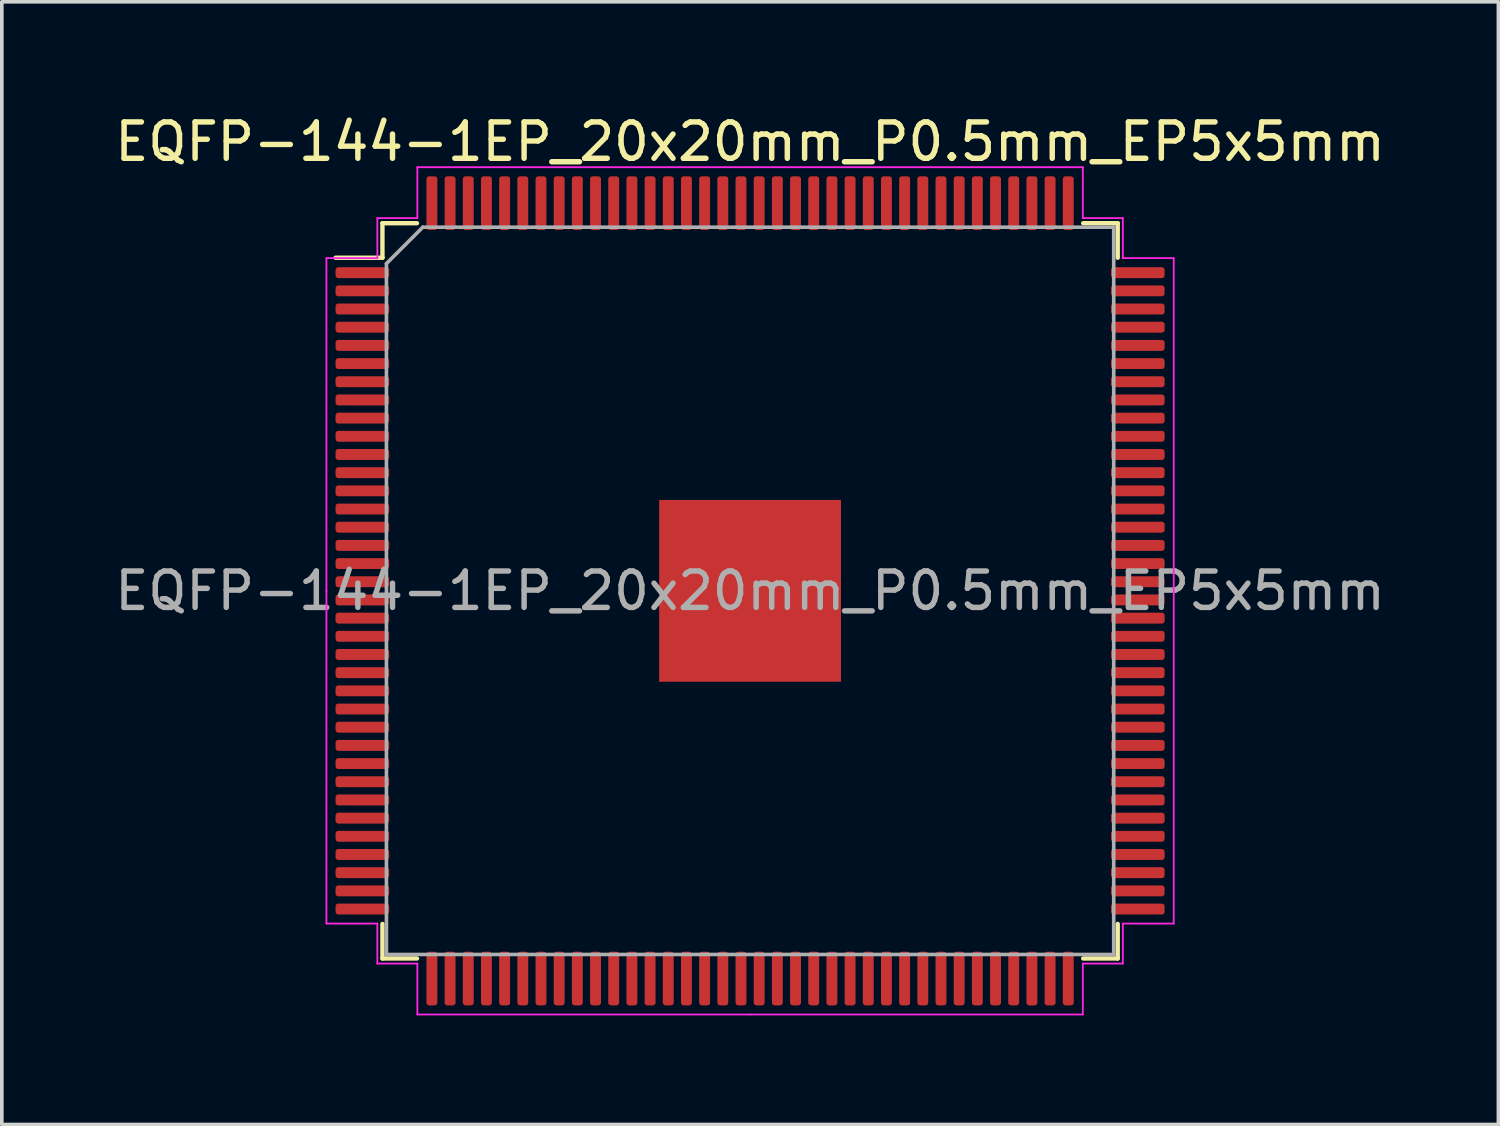
<source format=kicad_pcb>
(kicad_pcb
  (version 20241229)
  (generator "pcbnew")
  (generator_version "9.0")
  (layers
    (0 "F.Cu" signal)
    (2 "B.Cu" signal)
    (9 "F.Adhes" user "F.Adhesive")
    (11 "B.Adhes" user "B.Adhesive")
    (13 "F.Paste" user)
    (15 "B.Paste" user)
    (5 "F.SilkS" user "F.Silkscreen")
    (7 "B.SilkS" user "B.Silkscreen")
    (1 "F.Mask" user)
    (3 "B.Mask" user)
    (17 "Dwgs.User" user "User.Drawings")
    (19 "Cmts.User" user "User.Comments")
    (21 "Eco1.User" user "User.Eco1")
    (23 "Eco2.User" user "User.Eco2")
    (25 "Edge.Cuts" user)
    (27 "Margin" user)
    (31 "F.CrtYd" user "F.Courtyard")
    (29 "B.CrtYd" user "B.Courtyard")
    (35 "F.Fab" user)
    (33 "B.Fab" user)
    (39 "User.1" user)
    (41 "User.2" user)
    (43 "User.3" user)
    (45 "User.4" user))
  (footprint "EQFP-144-1EP_20x20mm_P0.5mm_EP5x5mm"
    (layer "F.Cu")
    (at 17.577 13.198)
    (property "Reference" "EQFP-144-1EP_20x20mm_P0.5mm_EP5x5mm" (at 0 -12.35 0) (layer "F.SilkS") (effects (font (size 1 1) (thickness 0.15))))
    (attr smd)
    (fp_line (start -10.11 -10.11) (end -10.11 -9.16) (stroke (width 0.12) (type solid)) (layer "F.SilkS"))
    (fp_line (start -10.11 -9.16) (end -11.4 -9.16) (stroke (width 0.12) (type solid)) (layer "F.SilkS"))
    (fp_line (start -10.11 10.11) (end -10.11 9.16) (stroke (width 0.12) (type solid)) (layer "F.SilkS"))
    (fp_line (start -9.16 -10.11) (end -10.11 -10.11) (stroke (width 0.12) (type solid)) (layer "F.SilkS"))
    (fp_line (start -9.16 10.11) (end -10.11 10.11) (stroke (width 0.12) (type solid)) (layer "F.SilkS"))
    (fp_line (start 9.16 -10.11) (end 10.11 -10.11) (stroke (width 0.12) (type solid)) (layer "F.SilkS"))
    (fp_line (start 9.16 10.11) (end 10.11 10.11) (stroke (width 0.12) (type solid)) (layer "F.SilkS"))
    (fp_line (start 10.11 -10.11) (end 10.11 -9.16) (stroke (width 0.12) (type solid)) (layer "F.SilkS"))
    (fp_line (start 10.11 10.11) (end 10.11 9.16) (stroke (width 0.12) (type solid)) (layer "F.SilkS"))
    (fp_line (start -11.65 -9.15) (end -11.65 0) (stroke (width 0.05) (type solid)) (layer "F.CrtYd"))
    (fp_line (start -11.65 9.15) (end -11.65 0) (stroke (width 0.05) (type solid)) (layer "F.CrtYd"))
    (fp_line (start -10.25 -10.25) (end -10.25 -9.15) (stroke (width 0.05) (type solid)) (layer "F.CrtYd"))
    (fp_line (start -10.25 -9.15) (end -11.65 -9.15) (stroke (width 0.05) (type solid)) (layer "F.CrtYd"))
    (fp_line (start -10.25 9.15) (end -11.65 9.15) (stroke (width 0.05) (type solid)) (layer "F.CrtYd"))
    (fp_line (start -10.25 10.25) (end -10.25 9.15) (stroke (width 0.05) (type solid)) (layer "F.CrtYd"))
    (fp_line (start -9.15 -11.65) (end -9.15 -10.25) (stroke (width 0.05) (type solid)) (layer "F.CrtYd"))
    (fp_line (start -9.15 -10.25) (end -10.25 -10.25) (stroke (width 0.05) (type solid)) (layer "F.CrtYd"))
    (fp_line (start -9.15 10.25) (end -10.25 10.25) (stroke (width 0.05) (type solid)) (layer "F.CrtYd"))
    (fp_line (start -9.15 11.65) (end -9.15 10.25) (stroke (width 0.05) (type solid)) (layer "F.CrtYd"))
    (fp_line (start 0 -11.65) (end -9.15 -11.65) (stroke (width 0.05) (type solid)) (layer "F.CrtYd"))
    (fp_line (start 0 -11.65) (end 9.15 -11.65) (stroke (width 0.05) (type solid)) (layer "F.CrtYd"))
    (fp_line (start 0 11.65) (end -9.15 11.65) (stroke (width 0.05) (type solid)) (layer "F.CrtYd"))
    (fp_line (start 0 11.65) (end 9.15 11.65) (stroke (width 0.05) (type solid)) (layer "F.CrtYd"))
    (fp_line (start 9.15 -11.65) (end 9.15 -10.25) (stroke (width 0.05) (type solid)) (layer "F.CrtYd"))
    (fp_line (start 9.15 -10.25) (end 10.25 -10.25) (stroke (width 0.05) (type solid)) (layer "F.CrtYd"))
    (fp_line (start 9.15 10.25) (end 10.25 10.25) (stroke (width 0.05) (type solid)) (layer "F.CrtYd"))
    (fp_line (start 9.15 11.65) (end 9.15 10.25) (stroke (width 0.05) (type solid)) (layer "F.CrtYd"))
    (fp_line (start 10.25 -10.25) (end 10.25 -9.15) (stroke (width 0.05) (type solid)) (layer "F.CrtYd"))
    (fp_line (start 10.25 -9.15) (end 11.65 -9.15) (stroke (width 0.05) (type solid)) (layer "F.CrtYd"))
    (fp_line (start 10.25 9.15) (end 11.65 9.15) (stroke (width 0.05) (type solid)) (layer "F.CrtYd"))
    (fp_line (start 10.25 10.25) (end 10.25 9.15) (stroke (width 0.05) (type solid)) (layer "F.CrtYd"))
    (fp_line (start 11.65 -9.15) (end 11.65 0) (stroke (width 0.05) (type solid)) (layer "F.CrtYd"))
    (fp_line (start 11.65 9.15) (end 11.65 0) (stroke (width 0.05) (type solid)) (layer "F.CrtYd"))
    (fp_line (start -10 -9) (end -9 -10) (stroke (width 0.1) (type solid)) (layer "F.Fab"))
    (fp_line (start -10 10) (end -10 -9) (stroke (width 0.1) (type solid)) (layer "F.Fab"))
    (fp_line (start -9 -10) (end 10 -10) (stroke (width 0.1) (type solid)) (layer "F.Fab"))
    (fp_line (start 10 -10) (end 10 10) (stroke (width 0.1) (type solid)) (layer "F.Fab"))
    (fp_line (start 10 10) (end -10 10) (stroke (width 0.1) (type solid)) (layer "F.Fab"))
    (fp_text user "${REFERENCE}" (at 0 0 0) (layer "F.Fab") (effects (font (size 1 1) (thickness 0.15))))
    (pad "" smd roundrect (at -1.875 -1.875) (size 1.01 1.01) (layers "F.Paste") (roundrect_rratio 0.248))
    (pad "" smd roundrect (at -1.875 -0.625) (size 1.01 1.01) (layers "F.Paste") (roundrect_rratio 0.248))
    (pad "" smd roundrect (at -1.875 0.625) (size 1.01 1.01) (layers "F.Paste") (roundrect_rratio 0.248))
    (pad "" smd roundrect (at -1.875 1.875) (size 1.01 1.01) (layers "F.Paste") (roundrect_rratio 0.248))
    (pad "" smd roundrect (at -0.625 -1.875) (size 1.01 1.01) (layers "F.Paste") (roundrect_rratio 0.248))
    (pad "" smd roundrect (at -0.625 -0.625) (size 1.01 1.01) (layers "F.Paste") (roundrect_rratio 0.248))
    (pad "" smd roundrect (at -0.625 0.625) (size 1.01 1.01) (layers "F.Paste") (roundrect_rratio 0.248))
    (pad "" smd roundrect (at -0.625 1.875) (size 1.01 1.01) (layers "F.Paste") (roundrect_rratio 0.248))
    (pad "" smd roundrect (at 0.625 -1.875) (size 1.01 1.01) (layers "F.Paste") (roundrect_rratio 0.248))
    (pad "" smd roundrect (at 0.625 -0.625) (size 1.01 1.01) (layers "F.Paste") (roundrect_rratio 0.248))
    (pad "" smd roundrect (at 0.625 0.625) (size 1.01 1.01) (layers "F.Paste") (roundrect_rratio 0.248))
    (pad "" smd roundrect (at 0.625 1.875) (size 1.01 1.01) (layers "F.Paste") (roundrect_rratio 0.248))
    (pad "" smd roundrect (at 1.875 -1.875) (size 1.01 1.01) (layers "F.Paste") (roundrect_rratio 0.248))
    (pad "" smd roundrect (at 1.875 -0.625) (size 1.01 1.01) (layers "F.Paste") (roundrect_rratio 0.248))
    (pad "" smd roundrect (at 1.875 0.625) (size 1.01 1.01) (layers "F.Paste") (roundrect_rratio 0.248))
    (pad "" smd roundrect (at 1.875 1.875) (size 1.01 1.01) (layers "F.Paste") (roundrect_rratio 0.248))
    (pad "1" smd roundrect (at -10.662 -8.75) (size 1.475 0.3) (layers "F.Cu" "F.Mask" "F.Paste") (roundrect_rratio 0.25))
    (pad "2" smd roundrect (at -10.662 -8.25) (size 1.475 0.3) (layers "F.Cu" "F.Mask" "F.Paste") (roundrect_rratio 0.25))
    (pad "3" smd roundrect (at -10.662 -7.75) (size 1.475 0.3) (layers "F.Cu" "F.Mask" "F.Paste") (roundrect_rratio 0.25))
    (pad "4" smd roundrect (at -10.662 -7.25) (size 1.475 0.3) (layers "F.Cu" "F.Mask" "F.Paste") (roundrect_rratio 0.25))
    (pad "5" smd roundrect (at -10.662 -6.75) (size 1.475 0.3) (layers "F.Cu" "F.Mask" "F.Paste") (roundrect_rratio 0.25))
    (pad "6" smd roundrect (at -10.662 -6.25) (size 1.475 0.3) (layers "F.Cu" "F.Mask" "F.Paste") (roundrect_rratio 0.25))
    (pad "7" smd roundrect (at -10.662 -5.75) (size 1.475 0.3) (layers "F.Cu" "F.Mask" "F.Paste") (roundrect_rratio 0.25))
    (pad "8" smd roundrect (at -10.662 -5.25) (size 1.475 0.3) (layers "F.Cu" "F.Mask" "F.Paste") (roundrect_rratio 0.25))
    (pad "9" smd roundrect (at -10.662 -4.75) (size 1.475 0.3) (layers "F.Cu" "F.Mask" "F.Paste") (roundrect_rratio 0.25))
    (pad "10" smd roundrect (at -10.662 -4.25) (size 1.475 0.3) (layers "F.Cu" "F.Mask" "F.Paste") (roundrect_rratio 0.25))
    (pad "11" smd roundrect (at -10.662 -3.75) (size 1.475 0.3) (layers "F.Cu" "F.Mask" "F.Paste") (roundrect_rratio 0.25))
    (pad "12" smd roundrect (at -10.662 -3.25) (size 1.475 0.3) (layers "F.Cu" "F.Mask" "F.Paste") (roundrect_rratio 0.25))
    (pad "13" smd roundrect (at -10.662 -2.75) (size 1.475 0.3) (layers "F.Cu" "F.Mask" "F.Paste") (roundrect_rratio 0.25))
    (pad "14" smd roundrect (at -10.662 -2.25) (size 1.475 0.3) (layers "F.Cu" "F.Mask" "F.Paste") (roundrect_rratio 0.25))
    (pad "15" smd roundrect (at -10.662 -1.75) (size 1.475 0.3) (layers "F.Cu" "F.Mask" "F.Paste") (roundrect_rratio 0.25))
    (pad "16" smd roundrect (at -10.662 -1.25) (size 1.475 0.3) (layers "F.Cu" "F.Mask" "F.Paste") (roundrect_rratio 0.25))
    (pad "17" smd roundrect (at -10.662 -0.75) (size 1.475 0.3) (layers "F.Cu" "F.Mask" "F.Paste") (roundrect_rratio 0.25))
    (pad "18" smd roundrect (at -10.662 -0.25) (size 1.475 0.3) (layers "F.Cu" "F.Mask" "F.Paste") (roundrect_rratio 0.25))
    (pad "19" smd roundrect (at -10.662 0.25) (size 1.475 0.3) (layers "F.Cu" "F.Mask" "F.Paste") (roundrect_rratio 0.25))
    (pad "20" smd roundrect (at -10.662 0.75) (size 1.475 0.3) (layers "F.Cu" "F.Mask" "F.Paste") (roundrect_rratio 0.25))
    (pad "21" smd roundrect (at -10.662 1.25) (size 1.475 0.3) (layers "F.Cu" "F.Mask" "F.Paste") (roundrect_rratio 0.25))
    (pad "22" smd roundrect (at -10.662 1.75) (size 1.475 0.3) (layers "F.Cu" "F.Mask" "F.Paste") (roundrect_rratio 0.25))
    (pad "23" smd roundrect (at -10.662 2.25) (size 1.475 0.3) (layers "F.Cu" "F.Mask" "F.Paste") (roundrect_rratio 0.25))
    (pad "24" smd roundrect (at -10.662 2.75) (size 1.475 0.3) (layers "F.Cu" "F.Mask" "F.Paste") (roundrect_rratio 0.25))
    (pad "25" smd roundrect (at -10.662 3.25) (size 1.475 0.3) (layers "F.Cu" "F.Mask" "F.Paste") (roundrect_rratio 0.25))
    (pad "26" smd roundrect (at -10.662 3.75) (size 1.475 0.3) (layers "F.Cu" "F.Mask" "F.Paste") (roundrect_rratio 0.25))
    (pad "27" smd roundrect (at -10.662 4.25) (size 1.475 0.3) (layers "F.Cu" "F.Mask" "F.Paste") (roundrect_rratio 0.25))
    (pad "28" smd roundrect (at -10.662 4.75) (size 1.475 0.3) (layers "F.Cu" "F.Mask" "F.Paste") (roundrect_rratio 0.25))
    (pad "29" smd roundrect (at -10.662 5.25) (size 1.475 0.3) (layers "F.Cu" "F.Mask" "F.Paste") (roundrect_rratio 0.25))
    (pad "30" smd roundrect (at -10.662 5.75) (size 1.475 0.3) (layers "F.Cu" "F.Mask" "F.Paste") (roundrect_rratio 0.25))
    (pad "31" smd roundrect (at -10.662 6.25) (size 1.475 0.3) (layers "F.Cu" "F.Mask" "F.Paste") (roundrect_rratio 0.25))
    (pad "32" smd roundrect (at -10.662 6.75) (size 1.475 0.3) (layers "F.Cu" "F.Mask" "F.Paste") (roundrect_rratio 0.25))
    (pad "33" smd roundrect (at -10.662 7.25) (size 1.475 0.3) (layers "F.Cu" "F.Mask" "F.Paste") (roundrect_rratio 0.25))
    (pad "34" smd roundrect (at -10.662 7.75) (size 1.475 0.3) (layers "F.Cu" "F.Mask" "F.Paste") (roundrect_rratio 0.25))
    (pad "35" smd roundrect (at -10.662 8.25) (size 1.475 0.3) (layers "F.Cu" "F.Mask" "F.Paste") (roundrect_rratio 0.25))
    (pad "36" smd roundrect (at -10.662 8.75) (size 1.475 0.3) (layers "F.Cu" "F.Mask" "F.Paste") (roundrect_rratio 0.25))
    (pad "37" smd roundrect (at -8.75 10.662) (size 0.3 1.475) (layers "F.Cu" "F.Mask" "F.Paste") (roundrect_rratio 0.25))
    (pad "38" smd roundrect (at -8.25 10.662) (size 0.3 1.475) (layers "F.Cu" "F.Mask" "F.Paste") (roundrect_rratio 0.25))
    (pad "39" smd roundrect (at -7.75 10.662) (size 0.3 1.475) (layers "F.Cu" "F.Mask" "F.Paste") (roundrect_rratio 0.25))
    (pad "40" smd roundrect (at -7.25 10.662) (size 0.3 1.475) (layers "F.Cu" "F.Mask" "F.Paste") (roundrect_rratio 0.25))
    (pad "41" smd roundrect (at -6.75 10.662) (size 0.3 1.475) (layers "F.Cu" "F.Mask" "F.Paste") (roundrect_rratio 0.25))
    (pad "42" smd roundrect (at -6.25 10.662) (size 0.3 1.475) (layers "F.Cu" "F.Mask" "F.Paste") (roundrect_rratio 0.25))
    (pad "43" smd roundrect (at -5.75 10.662) (size 0.3 1.475) (layers "F.Cu" "F.Mask" "F.Paste") (roundrect_rratio 0.25))
    (pad "44" smd roundrect (at -5.25 10.662) (size 0.3 1.475) (layers "F.Cu" "F.Mask" "F.Paste") (roundrect_rratio 0.25))
    (pad "45" smd roundrect (at -4.75 10.662) (size 0.3 1.475) (layers "F.Cu" "F.Mask" "F.Paste") (roundrect_rratio 0.25))
    (pad "46" smd roundrect (at -4.25 10.662) (size 0.3 1.475) (layers "F.Cu" "F.Mask" "F.Paste") (roundrect_rratio 0.25))
    (pad "47" smd roundrect (at -3.75 10.662) (size 0.3 1.475) (layers "F.Cu" "F.Mask" "F.Paste") (roundrect_rratio 0.25))
    (pad "48" smd roundrect (at -3.25 10.662) (size 0.3 1.475) (layers "F.Cu" "F.Mask" "F.Paste") (roundrect_rratio 0.25))
    (pad "49" smd roundrect (at -2.75 10.662) (size 0.3 1.475) (layers "F.Cu" "F.Mask" "F.Paste") (roundrect_rratio 0.25))
    (pad "50" smd roundrect (at -2.25 10.662) (size 0.3 1.475) (layers "F.Cu" "F.Mask" "F.Paste") (roundrect_rratio 0.25))
    (pad "51" smd roundrect (at -1.75 10.662) (size 0.3 1.475) (layers "F.Cu" "F.Mask" "F.Paste") (roundrect_rratio 0.25))
    (pad "52" smd roundrect (at -1.25 10.662) (size 0.3 1.475) (layers "F.Cu" "F.Mask" "F.Paste") (roundrect_rratio 0.25))
    (pad "53" smd roundrect (at -0.75 10.662) (size 0.3 1.475) (layers "F.Cu" "F.Mask" "F.Paste") (roundrect_rratio 0.25))
    (pad "54" smd roundrect (at -0.25 10.662) (size 0.3 1.475) (layers "F.Cu" "F.Mask" "F.Paste") (roundrect_rratio 0.25))
    (pad "55" smd roundrect (at 0.25 10.662) (size 0.3 1.475) (layers "F.Cu" "F.Mask" "F.Paste") (roundrect_rratio 0.25))
    (pad "56" smd roundrect (at 0.75 10.662) (size 0.3 1.475) (layers "F.Cu" "F.Mask" "F.Paste") (roundrect_rratio 0.25))
    (pad "57" smd roundrect (at 1.25 10.662) (size 0.3 1.475) (layers "F.Cu" "F.Mask" "F.Paste") (roundrect_rratio 0.25))
    (pad "58" smd roundrect (at 1.75 10.662) (size 0.3 1.475) (layers "F.Cu" "F.Mask" "F.Paste") (roundrect_rratio 0.25))
    (pad "59" smd roundrect (at 2.25 10.662) (size 0.3 1.475) (layers "F.Cu" "F.Mask" "F.Paste") (roundrect_rratio 0.25))
    (pad "60" smd roundrect (at 2.75 10.662) (size 0.3 1.475) (layers "F.Cu" "F.Mask" "F.Paste") (roundrect_rratio 0.25))
    (pad "61" smd roundrect (at 3.25 10.662) (size 0.3 1.475) (layers "F.Cu" "F.Mask" "F.Paste") (roundrect_rratio 0.25))
    (pad "62" smd roundrect (at 3.75 10.662) (size 0.3 1.475) (layers "F.Cu" "F.Mask" "F.Paste") (roundrect_rratio 0.25))
    (pad "63" smd roundrect (at 4.25 10.662) (size 0.3 1.475) (layers "F.Cu" "F.Mask" "F.Paste") (roundrect_rratio 0.25))
    (pad "64" smd roundrect (at 4.75 10.662) (size 0.3 1.475) (layers "F.Cu" "F.Mask" "F.Paste") (roundrect_rratio 0.25))
    (pad "65" smd roundrect (at 5.25 10.662) (size 0.3 1.475) (layers "F.Cu" "F.Mask" "F.Paste") (roundrect_rratio 0.25))
    (pad "66" smd roundrect (at 5.75 10.662) (size 0.3 1.475) (layers "F.Cu" "F.Mask" "F.Paste") (roundrect_rratio 0.25))
    (pad "67" smd roundrect (at 6.25 10.662) (size 0.3 1.475) (layers "F.Cu" "F.Mask" "F.Paste") (roundrect_rratio 0.25))
    (pad "68" smd roundrect (at 6.75 10.662) (size 0.3 1.475) (layers "F.Cu" "F.Mask" "F.Paste") (roundrect_rratio 0.25))
    (pad "69" smd roundrect (at 7.25 10.662) (size 0.3 1.475) (layers "F.Cu" "F.Mask" "F.Paste") (roundrect_rratio 0.25))
    (pad "70" smd roundrect (at 7.75 10.662) (size 0.3 1.475) (layers "F.Cu" "F.Mask" "F.Paste") (roundrect_rratio 0.25))
    (pad "71" smd roundrect (at 8.25 10.662) (size 0.3 1.475) (layers "F.Cu" "F.Mask" "F.Paste") (roundrect_rratio 0.25))
    (pad "72" smd roundrect (at 8.75 10.662) (size 0.3 1.475) (layers "F.Cu" "F.Mask" "F.Paste") (roundrect_rratio 0.25))
    (pad "73" smd roundrect (at 10.662 8.75) (size 1.475 0.3) (layers "F.Cu" "F.Mask" "F.Paste") (roundrect_rratio 0.25))
    (pad "74" smd roundrect (at 10.662 8.25) (size 1.475 0.3) (layers "F.Cu" "F.Mask" "F.Paste") (roundrect_rratio 0.25))
    (pad "75" smd roundrect (at 10.662 7.75) (size 1.475 0.3) (layers "F.Cu" "F.Mask" "F.Paste") (roundrect_rratio 0.25))
    (pad "76" smd roundrect (at 10.662 7.25) (size 1.475 0.3) (layers "F.Cu" "F.Mask" "F.Paste") (roundrect_rratio 0.25))
    (pad "77" smd roundrect (at 10.662 6.75) (size 1.475 0.3) (layers "F.Cu" "F.Mask" "F.Paste") (roundrect_rratio 0.25))
    (pad "78" smd roundrect (at 10.662 6.25) (size 1.475 0.3) (layers "F.Cu" "F.Mask" "F.Paste") (roundrect_rratio 0.25))
    (pad "79" smd roundrect (at 10.662 5.75) (size 1.475 0.3) (layers "F.Cu" "F.Mask" "F.Paste") (roundrect_rratio 0.25))
    (pad "80" smd roundrect (at 10.662 5.25) (size 1.475 0.3) (layers "F.Cu" "F.Mask" "F.Paste") (roundrect_rratio 0.25))
    (pad "81" smd roundrect (at 10.662 4.75) (size 1.475 0.3) (layers "F.Cu" "F.Mask" "F.Paste") (roundrect_rratio 0.25))
    (pad "82" smd roundrect (at 10.662 4.25) (size 1.475 0.3) (layers "F.Cu" "F.Mask" "F.Paste") (roundrect_rratio 0.25))
    (pad "83" smd roundrect (at 10.662 3.75) (size 1.475 0.3) (layers "F.Cu" "F.Mask" "F.Paste") (roundrect_rratio 0.25))
    (pad "84" smd roundrect (at 10.662 3.25) (size 1.475 0.3) (layers "F.Cu" "F.Mask" "F.Paste") (roundrect_rratio 0.25))
    (pad "85" smd roundrect (at 10.662 2.75) (size 1.475 0.3) (layers "F.Cu" "F.Mask" "F.Paste") (roundrect_rratio 0.25))
    (pad "86" smd roundrect (at 10.662 2.25) (size 1.475 0.3) (layers "F.Cu" "F.Mask" "F.Paste") (roundrect_rratio 0.25))
    (pad "87" smd roundrect (at 10.662 1.75) (size 1.475 0.3) (layers "F.Cu" "F.Mask" "F.Paste") (roundrect_rratio 0.25))
    (pad "88" smd roundrect (at 10.662 1.25) (size 1.475 0.3) (layers "F.Cu" "F.Mask" "F.Paste") (roundrect_rratio 0.25))
    (pad "89" smd roundrect (at 10.662 0.75) (size 1.475 0.3) (layers "F.Cu" "F.Mask" "F.Paste") (roundrect_rratio 0.25))
    (pad "90" smd roundrect (at 10.662 0.25) (size 1.475 0.3) (layers "F.Cu" "F.Mask" "F.Paste") (roundrect_rratio 0.25))
    (pad "91" smd roundrect (at 10.662 -0.25) (size 1.475 0.3) (layers "F.Cu" "F.Mask" "F.Paste") (roundrect_rratio 0.25))
    (pad "92" smd roundrect (at 10.662 -0.75) (size 1.475 0.3) (layers "F.Cu" "F.Mask" "F.Paste") (roundrect_rratio 0.25))
    (pad "93" smd roundrect (at 10.662 -1.25) (size 1.475 0.3) (layers "F.Cu" "F.Mask" "F.Paste") (roundrect_rratio 0.25))
    (pad "94" smd roundrect (at 10.662 -1.75) (size 1.475 0.3) (layers "F.Cu" "F.Mask" "F.Paste") (roundrect_rratio 0.25))
    (pad "95" smd roundrect (at 10.662 -2.25) (size 1.475 0.3) (layers "F.Cu" "F.Mask" "F.Paste") (roundrect_rratio 0.25))
    (pad "96" smd roundrect (at 10.662 -2.75) (size 1.475 0.3) (layers "F.Cu" "F.Mask" "F.Paste") (roundrect_rratio 0.25))
    (pad "97" smd roundrect (at 10.662 -3.25) (size 1.475 0.3) (layers "F.Cu" "F.Mask" "F.Paste") (roundrect_rratio 0.25))
    (pad "98" smd roundrect (at 10.662 -3.75) (size 1.475 0.3) (layers "F.Cu" "F.Mask" "F.Paste") (roundrect_rratio 0.25))
    (pad "99" smd roundrect (at 10.662 -4.25) (size 1.475 0.3) (layers "F.Cu" "F.Mask" "F.Paste") (roundrect_rratio 0.25))
    (pad "100" smd roundrect (at 10.662 -4.75) (size 1.475 0.3) (layers "F.Cu" "F.Mask" "F.Paste") (roundrect_rratio 0.25))
    (pad "101" smd roundrect (at 10.662 -5.25) (size 1.475 0.3) (layers "F.Cu" "F.Mask" "F.Paste") (roundrect_rratio 0.25))
    (pad "102" smd roundrect (at 10.662 -5.75) (size 1.475 0.3) (layers "F.Cu" "F.Mask" "F.Paste") (roundrect_rratio 0.25))
    (pad "103" smd roundrect (at 10.662 -6.25) (size 1.475 0.3) (layers "F.Cu" "F.Mask" "F.Paste") (roundrect_rratio 0.25))
    (pad "104" smd roundrect (at 10.662 -6.75) (size 1.475 0.3) (layers "F.Cu" "F.Mask" "F.Paste") (roundrect_rratio 0.25))
    (pad "105" smd roundrect (at 10.662 -7.25) (size 1.475 0.3) (layers "F.Cu" "F.Mask" "F.Paste") (roundrect_rratio 0.25))
    (pad "106" smd roundrect (at 10.662 -7.75) (size 1.475 0.3) (layers "F.Cu" "F.Mask" "F.Paste") (roundrect_rratio 0.25))
    (pad "107" smd roundrect (at 10.662 -8.25) (size 1.475 0.3) (layers "F.Cu" "F.Mask" "F.Paste") (roundrect_rratio 0.25))
    (pad "108" smd roundrect (at 10.662 -8.75) (size 1.475 0.3) (layers "F.Cu" "F.Mask" "F.Paste") (roundrect_rratio 0.25))
    (pad "109" smd roundrect (at 8.75 -10.662) (size 0.3 1.475) (layers "F.Cu" "F.Mask" "F.Paste") (roundrect_rratio 0.25))
    (pad "110" smd roundrect (at 8.25 -10.662) (size 0.3 1.475) (layers "F.Cu" "F.Mask" "F.Paste") (roundrect_rratio 0.25))
    (pad "111" smd roundrect (at 7.75 -10.662) (size 0.3 1.475) (layers "F.Cu" "F.Mask" "F.Paste") (roundrect_rratio 0.25))
    (pad "112" smd roundrect (at 7.25 -10.662) (size 0.3 1.475) (layers "F.Cu" "F.Mask" "F.Paste") (roundrect_rratio 0.25))
    (pad "113" smd roundrect (at 6.75 -10.662) (size 0.3 1.475) (layers "F.Cu" "F.Mask" "F.Paste") (roundrect_rratio 0.25))
    (pad "114" smd roundrect (at 6.25 -10.662) (size 0.3 1.475) (layers "F.Cu" "F.Mask" "F.Paste") (roundrect_rratio 0.25))
    (pad "115" smd roundrect (at 5.75 -10.662) (size 0.3 1.475) (layers "F.Cu" "F.Mask" "F.Paste") (roundrect_rratio 0.25))
    (pad "116" smd roundrect (at 5.25 -10.662) (size 0.3 1.475) (layers "F.Cu" "F.Mask" "F.Paste") (roundrect_rratio 0.25))
    (pad "117" smd roundrect (at 4.75 -10.662) (size 0.3 1.475) (layers "F.Cu" "F.Mask" "F.Paste") (roundrect_rratio 0.25))
    (pad "118" smd roundrect (at 4.25 -10.662) (size 0.3 1.475) (layers "F.Cu" "F.Mask" "F.Paste") (roundrect_rratio 0.25))
    (pad "119" smd roundrect (at 3.75 -10.662) (size 0.3 1.475) (layers "F.Cu" "F.Mask" "F.Paste") (roundrect_rratio 0.25))
    (pad "120" smd roundrect (at 3.25 -10.662) (size 0.3 1.475) (layers "F.Cu" "F.Mask" "F.Paste") (roundrect_rratio 0.25))
    (pad "121" smd roundrect (at 2.75 -10.662) (size 0.3 1.475) (layers "F.Cu" "F.Mask" "F.Paste") (roundrect_rratio 0.25))
    (pad "122" smd roundrect (at 2.25 -10.662) (size 0.3 1.475) (layers "F.Cu" "F.Mask" "F.Paste") (roundrect_rratio 0.25))
    (pad "123" smd roundrect (at 1.75 -10.662) (size 0.3 1.475) (layers "F.Cu" "F.Mask" "F.Paste") (roundrect_rratio 0.25))
    (pad "124" smd roundrect (at 1.25 -10.662) (size 0.3 1.475) (layers "F.Cu" "F.Mask" "F.Paste") (roundrect_rratio 0.25))
    (pad "125" smd roundrect (at 0.75 -10.662) (size 0.3 1.475) (layers "F.Cu" "F.Mask" "F.Paste") (roundrect_rratio 0.25))
    (pad "126" smd roundrect (at 0.25 -10.662) (size 0.3 1.475) (layers "F.Cu" "F.Mask" "F.Paste") (roundrect_rratio 0.25))
    (pad "127" smd roundrect (at -0.25 -10.662) (size 0.3 1.475) (layers "F.Cu" "F.Mask" "F.Paste") (roundrect_rratio 0.25))
    (pad "128" smd roundrect (at -0.75 -10.662) (size 0.3 1.475) (layers "F.Cu" "F.Mask" "F.Paste") (roundrect_rratio 0.25))
    (pad "129" smd roundrect (at -1.25 -10.662) (size 0.3 1.475) (layers "F.Cu" "F.Mask" "F.Paste") (roundrect_rratio 0.25))
    (pad "130" smd roundrect (at -1.75 -10.662) (size 0.3 1.475) (layers "F.Cu" "F.Mask" "F.Paste") (roundrect_rratio 0.25))
    (pad "131" smd roundrect (at -2.25 -10.662) (size 0.3 1.475) (layers "F.Cu" "F.Mask" "F.Paste") (roundrect_rratio 0.25))
    (pad "132" smd roundrect (at -2.75 -10.662) (size 0.3 1.475) (layers "F.Cu" "F.Mask" "F.Paste") (roundrect_rratio 0.25))
    (pad "133" smd roundrect (at -3.25 -10.662) (size 0.3 1.475) (layers "F.Cu" "F.Mask" "F.Paste") (roundrect_rratio 0.25))
    (pad "134" smd roundrect (at -3.75 -10.662) (size 0.3 1.475) (layers "F.Cu" "F.Mask" "F.Paste") (roundrect_rratio 0.25))
    (pad "135" smd roundrect (at -4.25 -10.662) (size 0.3 1.475) (layers "F.Cu" "F.Mask" "F.Paste") (roundrect_rratio 0.25))
    (pad "136" smd roundrect (at -4.75 -10.662) (size 0.3 1.475) (layers "F.Cu" "F.Mask" "F.Paste") (roundrect_rratio 0.25))
    (pad "137" smd roundrect (at -5.25 -10.662) (size 0.3 1.475) (layers "F.Cu" "F.Mask" "F.Paste") (roundrect_rratio 0.25))
    (pad "138" smd roundrect (at -5.75 -10.662) (size 0.3 1.475) (layers "F.Cu" "F.Mask" "F.Paste") (roundrect_rratio 0.25))
    (pad "139" smd roundrect (at -6.25 -10.662) (size 0.3 1.475) (layers "F.Cu" "F.Mask" "F.Paste") (roundrect_rratio 0.25))
    (pad "140" smd roundrect (at -6.75 -10.662) (size 0.3 1.475) (layers "F.Cu" "F.Mask" "F.Paste") (roundrect_rratio 0.25))
    (pad "141" smd roundrect (at -7.25 -10.662) (size 0.3 1.475) (layers "F.Cu" "F.Mask" "F.Paste") (roundrect_rratio 0.25))
    (pad "142" smd roundrect (at -7.75 -10.662) (size 0.3 1.475) (layers "F.Cu" "F.Mask" "F.Paste") (roundrect_rratio 0.25))
    (pad "143" smd roundrect (at -8.25 -10.662) (size 0.3 1.475) (layers "F.Cu" "F.Mask" "F.Paste") (roundrect_rratio 0.25))
    (pad "144" smd roundrect (at -8.75 -10.662) (size 0.3 1.475) (layers "F.Cu" "F.Mask" "F.Paste") (roundrect_rratio 0.25))
    (pad "145" smd rect (at 0 0) (size 5 5) (layers "F.Cu" "F.Mask")))
  (gr_rect
    (start -3 -3)
    (end 38.155 27.873)
    (stroke (width 0.1) (type default))
    (fill no)
    (layer "Edge.Cuts")))
</source>
